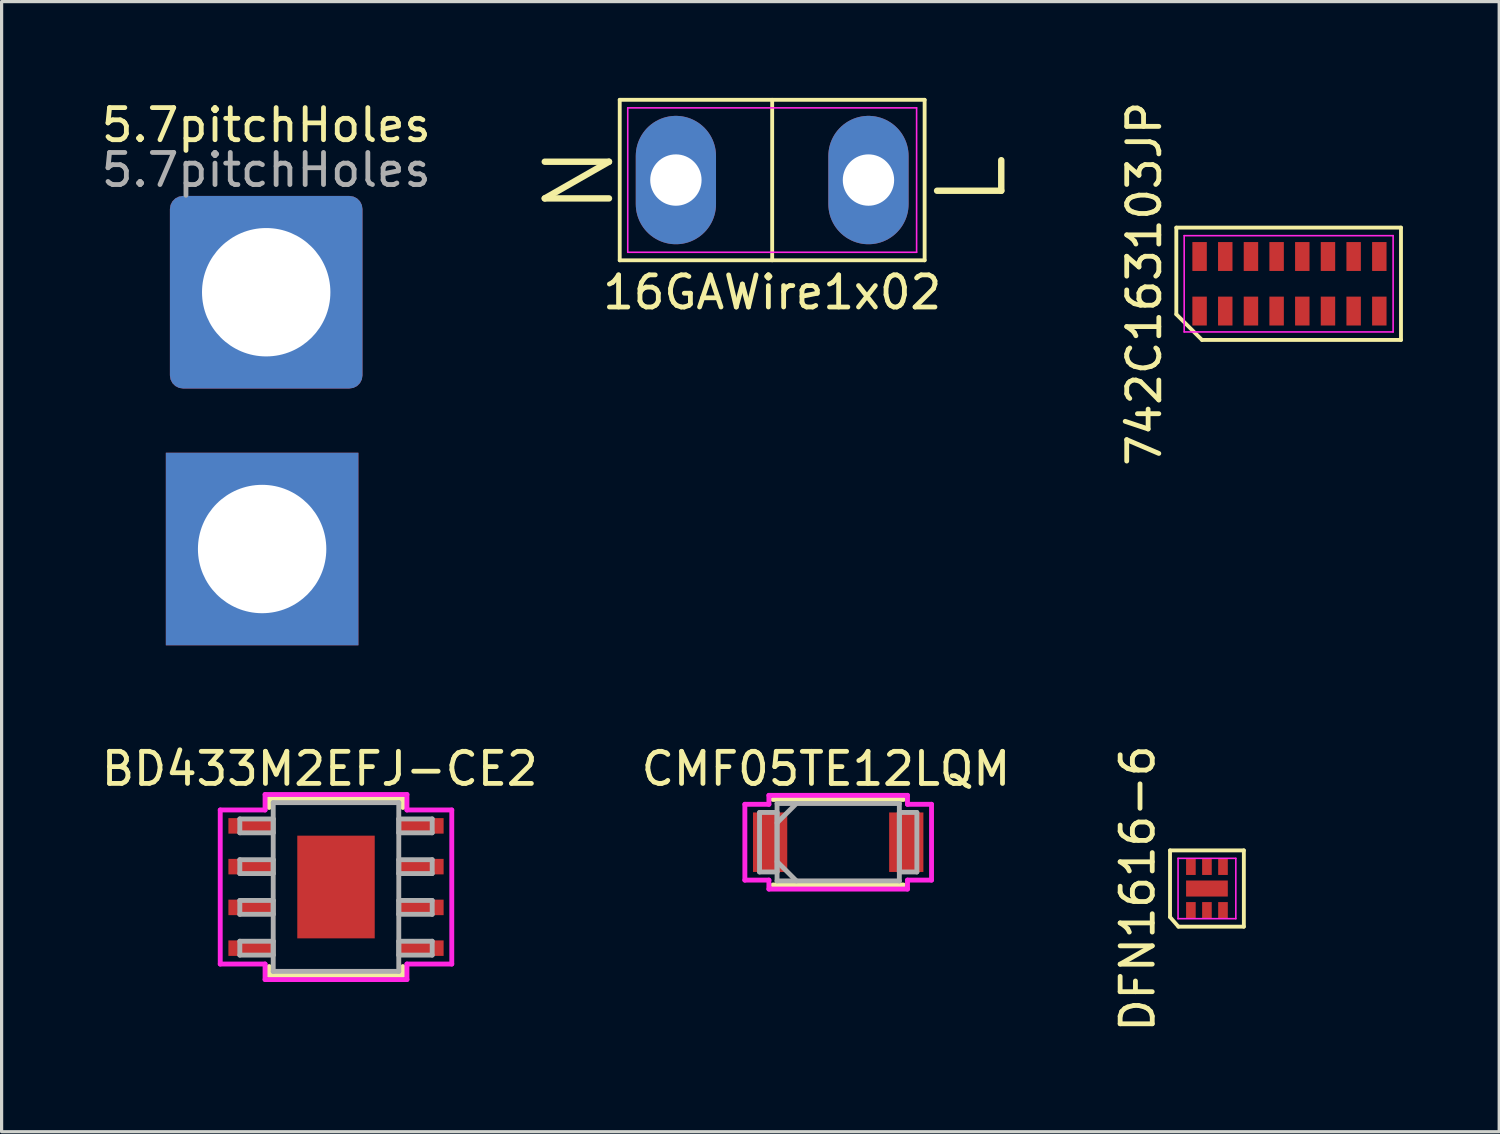
<source format=kicad_pcb>
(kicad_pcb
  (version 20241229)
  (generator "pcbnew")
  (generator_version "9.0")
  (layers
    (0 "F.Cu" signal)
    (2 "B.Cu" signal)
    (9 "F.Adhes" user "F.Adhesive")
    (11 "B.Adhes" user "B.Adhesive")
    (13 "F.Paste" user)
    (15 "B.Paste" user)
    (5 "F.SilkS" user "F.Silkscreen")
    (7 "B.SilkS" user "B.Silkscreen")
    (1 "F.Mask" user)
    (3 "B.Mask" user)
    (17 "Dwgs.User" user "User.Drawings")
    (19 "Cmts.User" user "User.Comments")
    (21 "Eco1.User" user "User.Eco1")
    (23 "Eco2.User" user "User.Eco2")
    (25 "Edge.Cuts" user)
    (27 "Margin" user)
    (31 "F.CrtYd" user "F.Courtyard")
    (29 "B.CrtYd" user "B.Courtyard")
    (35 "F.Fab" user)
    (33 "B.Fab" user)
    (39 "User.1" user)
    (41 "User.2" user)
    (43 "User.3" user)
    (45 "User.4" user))
  (footprint "16GAWire1x02"
    (layer "F.Cu")
    (at 21.009 2.56)
    (property "Reference" "16GAWire1x02" (at 0 3.5 0) (layer "F.SilkS") (effects (font (size 1 1) (thickness 0.15))))
    (attr through_hole)
    (fp_line (start -4.75 -2.5) (end 4.75 -2.5) (stroke (width 0.12) (type solid)) (layer "F.SilkS"))
    (fp_line (start -4.75 2.5) (end -4.75 -2.5) (stroke (width 0.12) (type solid)) (layer "F.SilkS"))
    (fp_line (start 0 -2.5) (end 0 2.5) (stroke (width 0.12) (type solid)) (layer "F.SilkS"))
    (fp_line (start 4.75 -2.5) (end 4.75 2.5) (stroke (width 0.12) (type solid)) (layer "F.SilkS"))
    (fp_line (start 4.75 2.5) (end -4.75 2.5) (stroke (width 0.12) (type solid)) (layer "F.SilkS"))
    (fp_line (start -4.5 -2.25) (end 4.5 -2.25) (stroke (width 0.05) (type solid)) (layer "F.CrtYd"))
    (fp_line (start -4.5 2.25) (end -4.5 -2.25) (stroke (width 0.05) (type solid)) (layer "F.CrtYd"))
    (fp_line (start 4.5 -2.25) (end 4.5 2.25) (stroke (width 0.05) (type solid)) (layer "F.CrtYd"))
    (fp_line (start 4.5 2.25) (end -4.5 2.25) (stroke (width 0.05) (type solid)) (layer "F.CrtYd"))
    (fp_text user "N" (at -6 0 90) (layer "F.SilkS") (effects (font (size 2 2) (thickness 0.2))))
    (fp_text user "L" (at 6.223 0 90) (layer "F.SilkS") (effects (font (size 2 2) (thickness 0.2))))
    (pad "1" thru_hole oval (at -3 0) (size 2.5 4) (drill 1.6) (layers "*.Cu" "*.Mask"))
    (pad "2" thru_hole oval (at 3 0) (size 2.5 4) (drill 1.6) (layers "*.Cu" "*.Mask")))
  (footprint "DFN1616-6"
    (layer "F.Cu")
    (at 34.555 24.634)
    (property "Reference" "DFN1616-6" (at -2.159 0 90) (layer "F.SilkS") (effects (font (size 1 1) (thickness 0.15))))
    (attr smd)
    (fp_line (start -1.15 -1.188) (end 1.15 -1.188) (stroke (width 0.12) (type solid)) (layer "F.SilkS"))
    (fp_line (start -1.15 0.889) (end -1.15 -1.188) (stroke (width 0.12) (type solid)) (layer "F.SilkS"))
    (fp_line (start -0.889 1.188) (end -1.15 0.889) (stroke (width 0.12) (type solid)) (layer "F.SilkS"))
    (fp_line (start 1.15 -1.188) (end 1.15 1.188) (stroke (width 0.12) (type solid)) (layer "F.SilkS"))
    (fp_line (start 1.15 1.188) (end -0.889 1.188) (stroke (width 0.12) (type solid)) (layer "F.SilkS"))
    (fp_line (start -0.9 -0.94) (end 0.9 -0.94) (stroke (width 0.05) (type solid)) (layer "F.CrtYd"))
    (fp_line (start -0.9 0.94) (end -0.9 -0.94) (stroke (width 0.05) (type solid)) (layer "F.CrtYd"))
    (fp_line (start 0.9 -0.94) (end 0.9 0.94) (stroke (width 0.05) (type solid)) (layer "F.CrtYd"))
    (fp_line (start 0.9 0.94) (end -0.9 0.94) (stroke (width 0.05) (type solid)) (layer "F.CrtYd"))
    (pad "1" smd rect (at -0.5 0.685) (size 0.3 0.525) (layers "F.Cu" "F.Mask" "F.Paste"))
    (pad "2" smd rect (at 0 0.685) (size 0.3 0.525) (layers "F.Cu" "F.Mask" "F.Paste"))
    (pad "3" smd rect (at 0.5 0.685) (size 0.3 0.525) (layers "F.Cu" "F.Mask" "F.Paste"))
    (pad "4" smd rect (at 0.5 -0.685) (size 0.3 0.525) (layers "F.Cu" "F.Mask" "F.Paste"))
    (pad "5" smd rect (at 0 -0.685) (size 0.3 0.525) (layers "F.Cu" "F.Mask" "F.Paste"))
    (pad "6" smd rect (at -0.5 -0.685) (size 0.3 0.525) (layers "F.Cu" "F.Mask" "F.Paste"))
    (pad "7" smd rect (at 0 0) (size 1.3 0.5) (layers "F.Cu" "F.Mask" "F.Paste")))
  (footprint "742C163103JP"
    (layer "F.Cu")
    (at 35.926 5.792)
    (property "Reference" "742C163103JP" (at -3.325 0 90) (layer "F.SilkS") (effects (font (size 1 1) (thickness 0.15))))
    (attr smd)
    (fp_line (start -2.325 -1.75) (end 4.675 -1.75) (stroke (width 0.12) (type solid)) (layer "F.SilkS"))
    (fp_line (start -2.325 0.95) (end -2.325 -1.75) (stroke (width 0.12) (type solid)) (layer "F.SilkS"))
    (fp_line (start -1.525 1.75) (end -2.325 0.95) (stroke (width 0.12) (type solid)) (layer "F.SilkS"))
    (fp_line (start 4.675 -1.75) (end 4.675 1.75) (stroke (width 0.12) (type solid)) (layer "F.SilkS"))
    (fp_line (start 4.675 1.75) (end -1.525 1.75) (stroke (width 0.12) (type solid)) (layer "F.SilkS"))
    (fp_line (start -2.08 -1.5) (end 4.43 -1.5) (stroke (width 0.05) (type solid)) (layer "F.CrtYd"))
    (fp_line (start -2.08 1.5) (end -2.08 -1.5) (stroke (width 0.05) (type solid)) (layer "F.CrtYd"))
    (fp_line (start 4.43 -1.5) (end 4.43 1.5) (stroke (width 0.05) (type solid)) (layer "F.CrtYd"))
    (fp_line (start 4.43 1.5) (end -2.08 1.5) (stroke (width 0.05) (type solid)) (layer "F.CrtYd"))
    (pad "1" smd rect (at -1.6 0.85) (size 0.45 0.9) (layers "F.Cu" "F.Mask" "F.Paste"))
    (pad "2" smd rect (at -0.8 0.85) (size 0.45 0.9) (layers "F.Cu" "F.Mask" "F.Paste"))
    (pad "3" smd rect (at 0 0.85) (size 0.45 0.9) (layers "F.Cu" "F.Mask" "F.Paste"))
    (pad "4" smd rect (at 0.8 0.85) (size 0.45 0.9) (layers "F.Cu" "F.Mask" "F.Paste"))
    (pad "5" smd rect (at 1.6 0.85) (size 0.45 0.9) (layers "F.Cu" "F.Mask" "F.Paste"))
    (pad "6" smd rect (at 2.4 0.85) (size 0.45 0.9) (layers "F.Cu" "F.Mask" "F.Paste"))
    (pad "7" smd rect (at 3.2 0.85) (size 0.45 0.9) (layers "F.Cu" "F.Mask" "F.Paste"))
    (pad "8" smd rect (at 4 0.85) (size 0.45 0.9) (layers "F.Cu" "F.Mask" "F.Paste"))
    (pad "9" smd rect (at 4 -0.85) (size 0.45 0.9) (layers "F.Cu" "F.Mask" "F.Paste"))
    (pad "10" smd rect (at 3.2 -0.85) (size 0.45 0.9) (layers "F.Cu" "F.Mask" "F.Paste"))
    (pad "11" smd rect (at 2.4 -0.85) (size 0.45 0.9) (layers "F.Cu" "F.Mask" "F.Paste"))
    (pad "12" smd rect (at 1.6 -0.85) (size 0.45 0.9) (layers "F.Cu" "F.Mask" "F.Paste"))
    (pad "13" smd rect (at 0.8 -0.85) (size 0.45 0.9) (layers "F.Cu" "F.Mask" "F.Paste"))
    (pad "14" smd rect (at 0 -0.85) (size 0.45 0.9) (layers "F.Cu" "F.Mask" "F.Paste"))
    (pad "15" smd rect (at -0.8 -0.85) (size 0.45 0.9) (layers "F.Cu" "F.Mask" "F.Paste"))
    (pad "16" smd rect (at -1.6 -0.85) (size 0.45 0.9) (layers "F.Cu" "F.Mask" "F.Paste")))
  (footprint "CMF05TE12LQM"
    (layer "F.Cu")
    (at 23.066 23.191)
    (property "Reference" "CMF05TE12LQM" (at -0.381 -2.286 0) (layer "F.SilkS") (effects (font (size 1 1) (thickness 0.15))))
    (attr through_hole)
    (fp_line (start -2.032 1.333) (end 2.032 1.333) (stroke (width 0.152) (type solid)) (layer "F.SilkS"))
    (fp_line (start 2.032 -1.333) (end -2.032 -1.333) (stroke (width 0.152) (type solid)) (layer "F.SilkS"))
    (fp_line (start -2.908 -1.181) (end -2.159 -1.181) (stroke (width 0.152) (type solid)) (layer "F.CrtYd"))
    (fp_line (start -2.908 1.181) (end -2.908 -1.181) (stroke (width 0.152) (type solid)) (layer "F.CrtYd"))
    (fp_line (start -2.159 -1.46) (end 2.159 -1.46) (stroke (width 0.152) (type solid)) (layer "F.CrtYd"))
    (fp_line (start -2.159 -1.181) (end -2.159 -1.46) (stroke (width 0.152) (type solid)) (layer "F.CrtYd"))
    (fp_line (start -2.159 1.181) (end -2.908 1.181) (stroke (width 0.152) (type solid)) (layer "F.CrtYd"))
    (fp_line (start -2.159 1.46) (end -2.159 1.181) (stroke (width 0.152) (type solid)) (layer "F.CrtYd"))
    (fp_line (start 2.159 -1.46) (end 2.159 -1.181) (stroke (width 0.152) (type solid)) (layer "F.CrtYd"))
    (fp_line (start 2.159 -1.181) (end 2.908 -1.181) (stroke (width 0.152) (type solid)) (layer "F.CrtYd"))
    (fp_line (start 2.159 1.181) (end 2.159 1.46) (stroke (width 0.152) (type solid)) (layer "F.CrtYd"))
    (fp_line (start 2.159 1.46) (end -2.159 1.46) (stroke (width 0.152) (type solid)) (layer "F.CrtYd"))
    (fp_line (start 2.908 -1.181) (end 2.908 1.181) (stroke (width 0.152) (type solid)) (layer "F.CrtYd"))
    (fp_line (start 2.908 1.181) (end 2.159 1.181) (stroke (width 0.152) (type solid)) (layer "F.CrtYd"))
    (fp_line (start -2.451 -0.927) (end -2.451 0.927) (stroke (width 0.152) (type solid)) (layer "F.Fab"))
    (fp_line (start -2.451 0.927) (end -1.905 0.927) (stroke (width 0.152) (type solid)) (layer "F.Fab"))
    (fp_line (start -1.905 -1.206) (end -1.905 1.206) (stroke (width 0.152) (type solid)) (layer "F.Fab"))
    (fp_line (start -1.905 -0.927) (end -2.451 -0.927) (stroke (width 0.152) (type solid)) (layer "F.Fab"))
    (fp_line (start -1.905 -0.603) (end -1.302 -1.206) (stroke (width 0.152) (type solid)) (layer "F.Fab"))
    (fp_line (start -1.905 0.603) (end -1.302 1.206) (stroke (width 0.152) (type solid)) (layer "F.Fab"))
    (fp_line (start -1.905 0.927) (end -1.905 -0.927) (stroke (width 0.152) (type solid)) (layer "F.Fab"))
    (fp_line (start -1.905 1.206) (end 1.905 1.206) (stroke (width 0.152) (type solid)) (layer "F.Fab"))
    (fp_line (start 1.905 -1.206) (end -1.905 -1.206) (stroke (width 0.152) (type solid)) (layer "F.Fab"))
    (fp_line (start 1.905 -0.927) (end 1.905 0.927) (stroke (width 0.152) (type solid)) (layer "F.Fab"))
    (fp_line (start 1.905 0.927) (end 2.451 0.927) (stroke (width 0.152) (type solid)) (layer "F.Fab"))
    (fp_line (start 1.905 1.206) (end 1.905 -1.206) (stroke (width 0.152) (type solid)) (layer "F.Fab"))
    (fp_line (start 2.451 -0.927) (end 1.905 -0.927) (stroke (width 0.152) (type solid)) (layer "F.Fab"))
    (fp_line (start 2.451 0.927) (end 2.451 -0.927) (stroke (width 0.152) (type solid)) (layer "F.Fab"))
    (pad "1" smd rect (at -2.121 0) (size 1.067 1.854) (layers "F.Cu" "F.Mask" "F.Paste"))
    (pad "2" smd rect (at 2.121 0) (size 1.067 1.854) (layers "F.Cu" "F.Mask" "F.Paste")))
  (footprint "BD433M2EFJ-CE2"
    (layer "F.Cu")
    (at 7.419 24.587)
    (property "Reference" "BD433M2EFJ-CE2" (at -0.508 -3.683 0) (layer "F.SilkS") (effects (font (size 1 1) (thickness 0.15))))
    (attr through_hole)
    (fp_line (start -2.083 -2.756) (end -2.083 -2.479) (stroke (width 0.152) (type solid)) (layer "F.SilkS"))
    (fp_line (start -2.083 2.479) (end -2.083 2.756) (stroke (width 0.152) (type solid)) (layer "F.SilkS"))
    (fp_line (start -2.083 2.756) (end 2.083 2.756) (stroke (width 0.152) (type solid)) (layer "F.SilkS"))
    (fp_line (start 2.083 -2.756) (end -2.083 -2.756) (stroke (width 0.152) (type solid)) (layer "F.SilkS"))
    (fp_line (start 2.083 -2.479) (end 2.083 -2.756) (stroke (width 0.152) (type solid)) (layer "F.SilkS"))
    (fp_line (start 2.083 2.756) (end 2.083 2.479) (stroke (width 0.152) (type solid)) (layer "F.SilkS"))
    (fp_line (start -1.107 -1.5) (end -1.107 -0.1) (stroke (width 0.152) (type solid)) (layer "F.Paste"))
    (fp_line (start -1.107 0.1) (end -1.107 1.5) (stroke (width 0.152) (type solid)) (layer "F.Paste"))
    (fp_line (start -1.107 1.5) (end 1.107 1.5) (stroke (width 0.152) (type solid)) (layer "F.Paste"))
    (fp_line (start 1.107 -1.5) (end -1.107 -1.5) (stroke (width 0.152) (type solid)) (layer "F.Paste"))
    (fp_line (start 1.107 -0.1) (end 1.107 -1.5) (stroke (width 0.152) (type solid)) (layer "F.Paste"))
    (fp_line (start 1.107 0.1) (end -1.107 0.1) (stroke (width 0.152) (type solid)) (layer "F.Paste"))
    (fp_line (start 1.107 1.5) (end 1.107 0.1) (stroke (width 0.152) (type solid)) (layer "F.Paste"))
    (fp_line (start -3.607 -2.4) (end -2.21 -2.4) (stroke (width 0.152) (type solid)) (layer "F.CrtYd"))
    (fp_line (start -3.607 2.4) (end -3.607 -2.4) (stroke (width 0.152) (type solid)) (layer "F.CrtYd"))
    (fp_line (start -2.21 -2.883) (end 2.21 -2.883) (stroke (width 0.152) (type solid)) (layer "F.CrtYd"))
    (fp_line (start -2.21 -2.4) (end -2.21 -2.883) (stroke (width 0.152) (type solid)) (layer "F.CrtYd"))
    (fp_line (start -2.21 2.4) (end -3.607 2.4) (stroke (width 0.152) (type solid)) (layer "F.CrtYd"))
    (fp_line (start -2.21 2.883) (end -2.21 2.4) (stroke (width 0.152) (type solid)) (layer "F.CrtYd"))
    (fp_line (start 2.21 -2.883) (end 2.21 -2.4) (stroke (width 0.152) (type solid)) (layer "F.CrtYd"))
    (fp_line (start 2.21 -2.4) (end 3.607 -2.4) (stroke (width 0.152) (type solid)) (layer "F.CrtYd"))
    (fp_line (start 2.21 2.4) (end 2.21 2.883) (stroke (width 0.152) (type solid)) (layer "F.CrtYd"))
    (fp_line (start 2.21 2.883) (end -2.21 2.883) (stroke (width 0.152) (type solid)) (layer "F.CrtYd"))
    (fp_line (start 3.607 -2.4) (end 3.607 2.4) (stroke (width 0.152) (type solid)) (layer "F.CrtYd"))
    (fp_line (start 3.607 2.4) (end 2.21 2.4) (stroke (width 0.152) (type solid)) (layer "F.CrtYd"))
    (fp_line (start -2.997 -2.121) (end -2.997 -1.689) (stroke (width 0.152) (type solid)) (layer "F.Fab"))
    (fp_line (start -2.997 -1.689) (end -1.956 -1.689) (stroke (width 0.152) (type solid)) (layer "F.Fab"))
    (fp_line (start -2.997 -0.851) (end -2.997 -0.419) (stroke (width 0.152) (type solid)) (layer "F.Fab"))
    (fp_line (start -2.997 -0.419) (end -1.956 -0.419) (stroke (width 0.152) (type solid)) (layer "F.Fab"))
    (fp_line (start -2.997 0.419) (end -2.997 0.851) (stroke (width 0.152) (type solid)) (layer "F.Fab"))
    (fp_line (start -2.997 0.851) (end -1.956 0.851) (stroke (width 0.152) (type solid)) (layer "F.Fab"))
    (fp_line (start -2.997 1.689) (end -2.997 2.121) (stroke (width 0.152) (type solid)) (layer "F.Fab"))
    (fp_line (start -2.997 2.121) (end -1.956 2.121) (stroke (width 0.152) (type solid)) (layer "F.Fab"))
    (fp_line (start -1.956 -2.629) (end -1.956 2.629) (stroke (width 0.152) (type solid)) (layer "F.Fab"))
    (fp_line (start -1.956 -2.121) (end -2.997 -2.121) (stroke (width 0.152) (type solid)) (layer "F.Fab"))
    (fp_line (start -1.956 -1.689) (end -1.956 -2.121) (stroke (width 0.152) (type solid)) (layer "F.Fab"))
    (fp_line (start -1.956 -0.851) (end -2.997 -0.851) (stroke (width 0.152) (type solid)) (layer "F.Fab"))
    (fp_line (start -1.956 -0.419) (end -1.956 -0.851) (stroke (width 0.152) (type solid)) (layer "F.Fab"))
    (fp_line (start -1.956 0.419) (end -2.997 0.419) (stroke (width 0.152) (type solid)) (layer "F.Fab"))
    (fp_line (start -1.956 0.851) (end -1.956 0.419) (stroke (width 0.152) (type solid)) (layer "F.Fab"))
    (fp_line (start -1.956 1.689) (end -2.997 1.689) (stroke (width 0.152) (type solid)) (layer "F.Fab"))
    (fp_line (start -1.956 2.121) (end -1.956 1.689) (stroke (width 0.152) (type solid)) (layer "F.Fab"))
    (fp_line (start -1.956 2.629) (end 1.956 2.629) (stroke (width 0.152) (type solid)) (layer "F.Fab"))
    (fp_line (start 1.956 -2.629) (end -1.956 -2.629) (stroke (width 0.152) (type solid)) (layer "F.Fab"))
    (fp_line (start 1.956 -2.121) (end 1.956 -1.689) (stroke (width 0.152) (type solid)) (layer "F.Fab"))
    (fp_line (start 1.956 -1.689) (end 2.997 -1.689) (stroke (width 0.152) (type solid)) (layer "F.Fab"))
    (fp_line (start 1.956 -0.851) (end 1.956 -0.419) (stroke (width 0.152) (type solid)) (layer "F.Fab"))
    (fp_line (start 1.956 -0.419) (end 2.997 -0.419) (stroke (width 0.152) (type solid)) (layer "F.Fab"))
    (fp_line (start 1.956 0.419) (end 1.956 0.851) (stroke (width 0.152) (type solid)) (layer "F.Fab"))
    (fp_line (start 1.956 0.851) (end 2.997 0.851) (stroke (width 0.152) (type solid)) (layer "F.Fab"))
    (fp_line (start 1.956 1.689) (end 1.956 2.121) (stroke (width 0.152) (type solid)) (layer "F.Fab"))
    (fp_line (start 1.956 2.121) (end 2.997 2.121) (stroke (width 0.152) (type solid)) (layer "F.Fab"))
    (fp_line (start 1.956 2.629) (end 1.956 -2.629) (stroke (width 0.152) (type solid)) (layer "F.Fab"))
    (fp_line (start 2.997 -2.121) (end 1.956 -2.121) (stroke (width 0.152) (type solid)) (layer "F.Fab"))
    (fp_line (start 2.997 -1.689) (end 2.997 -2.121) (stroke (width 0.152) (type solid)) (layer "F.Fab"))
    (fp_line (start 2.997 -0.851) (end 1.956 -0.851) (stroke (width 0.152) (type solid)) (layer "F.Fab"))
    (fp_line (start 2.997 -0.419) (end 2.997 -0.851) (stroke (width 0.152) (type solid)) (layer "F.Fab"))
    (fp_line (start 2.997 0.419) (end 1.956 0.419) (stroke (width 0.152) (type solid)) (layer "F.Fab"))
    (fp_line (start 2.997 0.851) (end 2.997 0.419) (stroke (width 0.152) (type solid)) (layer "F.Fab"))
    (fp_line (start 2.997 1.689) (end 1.956 1.689) (stroke (width 0.152) (type solid)) (layer "F.Fab"))
    (fp_line (start 2.997 2.121) (end 2.997 1.689) (stroke (width 0.152) (type solid)) (layer "F.Fab"))
    (pad "1" smd rect (at -2.667 -1.905) (size 1.372 0.483) (layers "F.Cu" "F.Mask" "F.Paste"))
    (pad "2" smd rect (at -2.667 -0.635) (size 1.372 0.483) (layers "F.Cu" "F.Mask" "F.Paste"))
    (pad "3" smd rect (at -2.667 0.635) (size 1.372 0.483) (layers "F.Cu" "F.Mask" "F.Paste"))
    (pad "4" smd rect (at -2.667 1.905) (size 1.372 0.483) (layers "F.Cu" "F.Mask" "F.Paste"))
    (pad "5" smd rect (at 2.667 1.905) (size 1.372 0.483) (layers "F.Cu" "F.Mask" "F.Paste"))
    (pad "6" smd rect (at 2.667 0.635) (size 1.372 0.483) (layers "F.Cu" "F.Mask" "F.Paste"))
    (pad "7" smd rect (at 2.667 -0.635) (size 1.372 0.483) (layers "F.Cu" "F.Mask" "F.Paste"))
    (pad "8" smd rect (at 2.667 -1.905) (size 1.372 0.483) (layers "F.Cu" "F.Mask" "F.Paste"))
    (pad "EPAD" smd rect (at 0 0) (size 2.413 3.2) (layers "F.Cu" "F.Mask" "F.Paste")))
  (footprint "5.7pitchHoles"
    (layer "F.Cu")
    (at 5.244 10.246)
    (property "Reference" "5.7pitchHoles" (at 0 -9.398 0) (layer "F.SilkS") (effects (font (size 1 1) (thickness 0.15))))
    (attr through_hole)
    (fp_text user "${REFERENCE}" (at 0 -8.001 0) (layer "F.Fab") (effects (font (size 1 1) (thickness 0.15))))
    (pad "1" thru_hole roundrect (at 0 -4.191) (size 6 6) (drill 4) (layers "*.Cu" "*.Mask") (roundrect_rratio 0.068))
    (pad "2" thru_hole rect (at -0.127 3.81) (size 6 6) (drill 4) (layers "*.Cu" "*.Mask")))
  (gr_rect
    (start -3 -3)
    (end 43.661 32.211)
    (stroke (width 0.1) (type default))
    (fill no)
    (layer "Edge.Cuts")))
</source>
